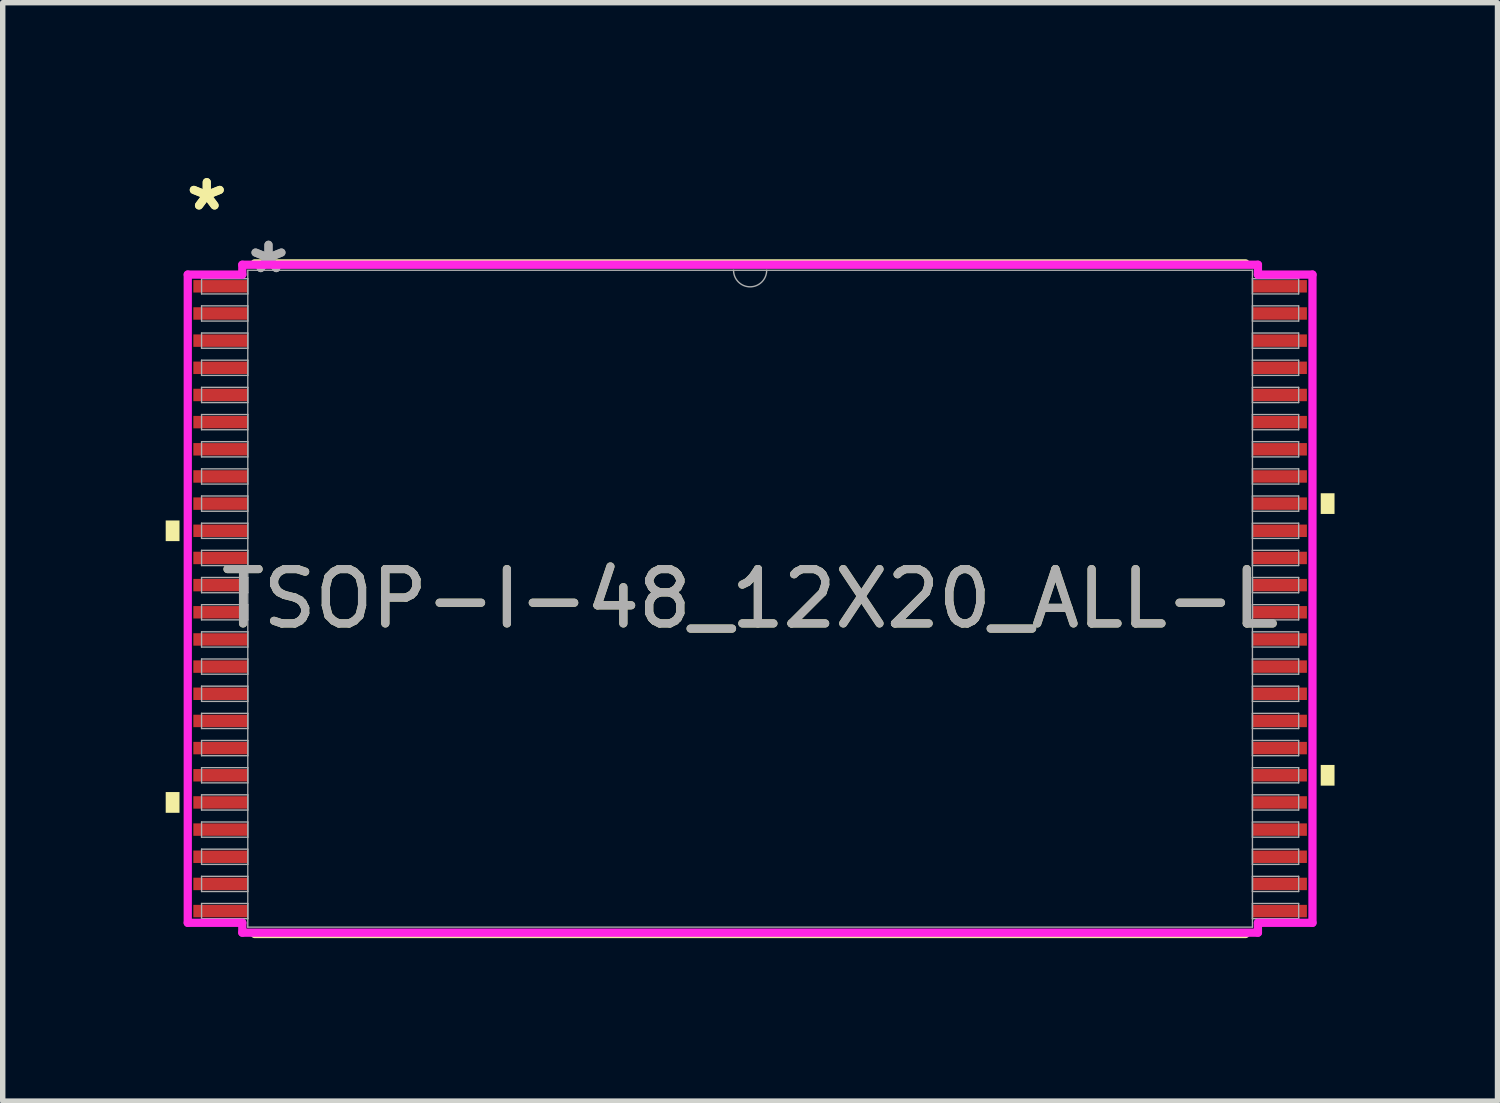
<source format=kicad_pcb>
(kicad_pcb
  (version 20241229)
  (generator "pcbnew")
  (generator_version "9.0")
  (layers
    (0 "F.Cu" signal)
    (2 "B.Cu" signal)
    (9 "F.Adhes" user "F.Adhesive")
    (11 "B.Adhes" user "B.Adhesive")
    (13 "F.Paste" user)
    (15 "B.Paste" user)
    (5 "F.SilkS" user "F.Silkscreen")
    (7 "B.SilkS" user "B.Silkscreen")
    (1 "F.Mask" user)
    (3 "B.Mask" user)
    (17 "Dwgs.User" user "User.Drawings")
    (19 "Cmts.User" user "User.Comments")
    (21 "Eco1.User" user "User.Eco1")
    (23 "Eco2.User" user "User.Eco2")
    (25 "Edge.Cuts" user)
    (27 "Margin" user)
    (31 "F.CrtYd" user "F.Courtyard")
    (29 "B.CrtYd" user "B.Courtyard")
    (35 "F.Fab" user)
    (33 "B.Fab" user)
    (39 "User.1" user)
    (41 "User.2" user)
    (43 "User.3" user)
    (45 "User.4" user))
  (footprint "TSOP-I-48_12X20_ALL-L"
    (layer "F.Cu")
    (at 10.757 7.97)
    (property "Reference" "TSOP-I-48_12X20_ALL-L" (at 0 0 0) (unlocked yes) (layer "F.SilkS") (effects (font (size 1 1) (thickness 0.15))))
    (attr smd)
    (fp_line (start -9.119 6.172) (end 9.119 6.172) (stroke (width 0.152) (type solid)) (layer "F.SilkS"))
    (fp_line (start 9.119 -6.172) (end -9.119 -6.172) (stroke (width 0.152) (type solid)) (layer "F.SilkS"))
    (fp_poly (pts (xy -10.757 -1.44) (xy -10.757 -1.06) (xy -10.503 -1.06) (xy -10.503 -1.44)) (stroke (width 0) (type solid)) (fill yes) (layer "F.SilkS"))
    (fp_poly (pts (xy -10.757 3.559) (xy -10.757 3.941) (xy -10.503 3.941) (xy -10.503 3.559)) (stroke (width 0) (type solid)) (fill yes) (layer "F.SilkS"))
    (fp_poly (pts (xy 10.757 -1.941) (xy 10.757 -1.56) (xy 10.503 -1.56) (xy 10.503 -1.941)) (stroke (width 0) (type solid)) (fill yes) (layer "F.SilkS"))
    (fp_poly (pts (xy 10.757 3.06) (xy 10.757 3.441) (xy 10.503 3.441) (xy 10.503 3.06)) (stroke (width 0) (type solid)) (fill yes) (layer "F.SilkS"))
    (fp_line (start -10.351 -5.966) (end -9.347 -5.966) (stroke (width 0.152) (type solid)) (layer "F.CrtYd"))
    (fp_line (start -10.351 5.966) (end -10.351 -5.966) (stroke (width 0.152) (type solid)) (layer "F.CrtYd"))
    (fp_line (start -10.351 5.966) (end -9.347 5.966) (stroke (width 0.152) (type solid)) (layer "F.CrtYd"))
    (fp_line (start -9.347 -6.147) (end 9.347 -6.147) (stroke (width 0.152) (type solid)) (layer "F.CrtYd"))
    (fp_line (start -9.347 -5.966) (end -9.347 -6.147) (stroke (width 0.152) (type solid)) (layer "F.CrtYd"))
    (fp_line (start -9.347 6.147) (end -9.347 5.966) (stroke (width 0.152) (type solid)) (layer "F.CrtYd"))
    (fp_line (start 9.347 -6.147) (end 9.347 -5.966) (stroke (width 0.152) (type solid)) (layer "F.CrtYd"))
    (fp_line (start 9.347 5.966) (end 9.347 6.147) (stroke (width 0.152) (type solid)) (layer "F.CrtYd"))
    (fp_line (start 9.347 6.147) (end -9.347 6.147) (stroke (width 0.152) (type solid)) (layer "F.CrtYd"))
    (fp_line (start 10.351 -5.966) (end 9.347 -5.966) (stroke (width 0.152) (type solid)) (layer "F.CrtYd"))
    (fp_line (start 10.351 -5.966) (end 10.351 5.966) (stroke (width 0.152) (type solid)) (layer "F.CrtYd"))
    (fp_line (start 10.351 5.966) (end 9.347 5.966) (stroke (width 0.152) (type solid)) (layer "F.CrtYd"))
    (fp_line (start -10.097 -5.89) (end -10.097 -5.61) (stroke (width 0.025) (type solid)) (layer "F.Fab"))
    (fp_line (start -10.097 -5.61) (end -9.246 -5.61) (stroke (width 0.025) (type solid)) (layer "F.Fab"))
    (fp_line (start -10.097 -5.39) (end -10.097 -5.11) (stroke (width 0.025) (type solid)) (layer "F.Fab"))
    (fp_line (start -10.097 -5.11) (end -9.246 -5.11) (stroke (width 0.025) (type solid)) (layer "F.Fab"))
    (fp_line (start -10.097 -4.89) (end -10.097 -4.61) (stroke (width 0.025) (type solid)) (layer "F.Fab"))
    (fp_line (start -10.097 -4.61) (end -9.246 -4.61) (stroke (width 0.025) (type solid)) (layer "F.Fab"))
    (fp_line (start -10.097 -4.39) (end -10.097 -4.11) (stroke (width 0.025) (type solid)) (layer "F.Fab"))
    (fp_line (start -10.097 -4.11) (end -9.246 -4.11) (stroke (width 0.025) (type solid)) (layer "F.Fab"))
    (fp_line (start -10.097 -3.89) (end -10.097 -3.61) (stroke (width 0.025) (type solid)) (layer "F.Fab"))
    (fp_line (start -10.097 -3.61) (end -9.246 -3.61) (stroke (width 0.025) (type solid)) (layer "F.Fab"))
    (fp_line (start -10.097 -3.39) (end -10.097 -3.11) (stroke (width 0.025) (type solid)) (layer "F.Fab"))
    (fp_line (start -10.097 -3.11) (end -9.246 -3.11) (stroke (width 0.025) (type solid)) (layer "F.Fab"))
    (fp_line (start -10.097 -2.89) (end -10.097 -2.61) (stroke (width 0.025) (type solid)) (layer "F.Fab"))
    (fp_line (start -10.097 -2.61) (end -9.246 -2.61) (stroke (width 0.025) (type solid)) (layer "F.Fab"))
    (fp_line (start -10.097 -2.39) (end -10.097 -2.11) (stroke (width 0.025) (type solid)) (layer "F.Fab"))
    (fp_line (start -10.097 -2.11) (end -9.246 -2.11) (stroke (width 0.025) (type solid)) (layer "F.Fab"))
    (fp_line (start -10.097 -1.89) (end -10.097 -1.61) (stroke (width 0.025) (type solid)) (layer "F.Fab"))
    (fp_line (start -10.097 -1.61) (end -9.246 -1.61) (stroke (width 0.025) (type solid)) (layer "F.Fab"))
    (fp_line (start -10.097 -1.39) (end -10.097 -1.11) (stroke (width 0.025) (type solid)) (layer "F.Fab"))
    (fp_line (start -10.097 -1.11) (end -9.246 -1.11) (stroke (width 0.025) (type solid)) (layer "F.Fab"))
    (fp_line (start -10.097 -0.89) (end -10.097 -0.61) (stroke (width 0.025) (type solid)) (layer "F.Fab"))
    (fp_line (start -10.097 -0.61) (end -9.246 -0.61) (stroke (width 0.025) (type solid)) (layer "F.Fab"))
    (fp_line (start -10.097 -0.39) (end -10.097 -0.11) (stroke (width 0.025) (type solid)) (layer "F.Fab"))
    (fp_line (start -10.097 -0.11) (end -9.246 -0.11) (stroke (width 0.025) (type solid)) (layer "F.Fab"))
    (fp_line (start -10.097 0.11) (end -10.097 0.39) (stroke (width 0.025) (type solid)) (layer "F.Fab"))
    (fp_line (start -10.097 0.39) (end -9.246 0.39) (stroke (width 0.025) (type solid)) (layer "F.Fab"))
    (fp_line (start -10.097 0.61) (end -10.097 0.89) (stroke (width 0.025) (type solid)) (layer "F.Fab"))
    (fp_line (start -10.097 0.89) (end -9.246 0.89) (stroke (width 0.025) (type solid)) (layer "F.Fab"))
    (fp_line (start -10.097 1.11) (end -10.097 1.39) (stroke (width 0.025) (type solid)) (layer "F.Fab"))
    (fp_line (start -10.097 1.39) (end -9.246 1.39) (stroke (width 0.025) (type solid)) (layer "F.Fab"))
    (fp_line (start -10.097 1.61) (end -10.097 1.89) (stroke (width 0.025) (type solid)) (layer "F.Fab"))
    (fp_line (start -10.097 1.89) (end -9.246 1.89) (stroke (width 0.025) (type solid)) (layer "F.Fab"))
    (fp_line (start -10.097 2.11) (end -10.097 2.39) (stroke (width 0.025) (type solid)) (layer "F.Fab"))
    (fp_line (start -10.097 2.39) (end -9.246 2.39) (stroke (width 0.025) (type solid)) (layer "F.Fab"))
    (fp_line (start -10.097 2.61) (end -10.097 2.89) (stroke (width 0.025) (type solid)) (layer "F.Fab"))
    (fp_line (start -10.097 2.89) (end -9.246 2.89) (stroke (width 0.025) (type solid)) (layer "F.Fab"))
    (fp_line (start -10.097 3.11) (end -10.097 3.39) (stroke (width 0.025) (type solid)) (layer "F.Fab"))
    (fp_line (start -10.097 3.39) (end -9.246 3.39) (stroke (width 0.025) (type solid)) (layer "F.Fab"))
    (fp_line (start -10.097 3.61) (end -10.097 3.89) (stroke (width 0.025) (type solid)) (layer "F.Fab"))
    (fp_line (start -10.097 3.89) (end -9.246 3.89) (stroke (width 0.025) (type solid)) (layer "F.Fab"))
    (fp_line (start -10.097 4.11) (end -10.097 4.39) (stroke (width 0.025) (type solid)) (layer "F.Fab"))
    (fp_line (start -10.097 4.39) (end -9.246 4.39) (stroke (width 0.025) (type solid)) (layer "F.Fab"))
    (fp_line (start -10.097 4.61) (end -10.097 4.89) (stroke (width 0.025) (type solid)) (layer "F.Fab"))
    (fp_line (start -10.097 4.89) (end -9.246 4.89) (stroke (width 0.025) (type solid)) (layer "F.Fab"))
    (fp_line (start -10.097 5.11) (end -10.097 5.39) (stroke (width 0.025) (type solid)) (layer "F.Fab"))
    (fp_line (start -10.097 5.39) (end -9.246 5.39) (stroke (width 0.025) (type solid)) (layer "F.Fab"))
    (fp_line (start -10.097 5.61) (end -10.097 5.89) (stroke (width 0.025) (type solid)) (layer "F.Fab"))
    (fp_line (start -10.097 5.89) (end -9.246 5.89) (stroke (width 0.025) (type solid)) (layer "F.Fab"))
    (fp_line (start -9.246 -6.045) (end -9.246 6.045) (stroke (width 0.025) (type solid)) (layer "F.Fab"))
    (fp_line (start -9.246 -5.89) (end -10.097 -5.89) (stroke (width 0.025) (type solid)) (layer "F.Fab"))
    (fp_line (start -9.246 -5.61) (end -9.246 -5.89) (stroke (width 0.025) (type solid)) (layer "F.Fab"))
    (fp_line (start -9.246 -5.39) (end -10.097 -5.39) (stroke (width 0.025) (type solid)) (layer "F.Fab"))
    (fp_line (start -9.246 -5.11) (end -9.246 -5.39) (stroke (width 0.025) (type solid)) (layer "F.Fab"))
    (fp_line (start -9.246 -4.89) (end -10.097 -4.89) (stroke (width 0.025) (type solid)) (layer "F.Fab"))
    (fp_line (start -9.246 -4.61) (end -9.246 -4.89) (stroke (width 0.025) (type solid)) (layer "F.Fab"))
    (fp_line (start -9.246 -4.39) (end -10.097 -4.39) (stroke (width 0.025) (type solid)) (layer "F.Fab"))
    (fp_line (start -9.246 -4.11) (end -9.246 -4.39) (stroke (width 0.025) (type solid)) (layer "F.Fab"))
    (fp_line (start -9.246 -3.89) (end -10.097 -3.89) (stroke (width 0.025) (type solid)) (layer "F.Fab"))
    (fp_line (start -9.246 -3.61) (end -9.246 -3.89) (stroke (width 0.025) (type solid)) (layer "F.Fab"))
    (fp_line (start -9.246 -3.39) (end -10.097 -3.39) (stroke (width 0.025) (type solid)) (layer "F.Fab"))
    (fp_line (start -9.246 -3.11) (end -9.246 -3.39) (stroke (width 0.025) (type solid)) (layer "F.Fab"))
    (fp_line (start -9.246 -2.89) (end -10.097 -2.89) (stroke (width 0.025) (type solid)) (layer "F.Fab"))
    (fp_line (start -9.246 -2.61) (end -9.246 -2.89) (stroke (width 0.025) (type solid)) (layer "F.Fab"))
    (fp_line (start -9.246 -2.39) (end -10.097 -2.39) (stroke (width 0.025) (type solid)) (layer "F.Fab"))
    (fp_line (start -9.246 -2.11) (end -9.246 -2.39) (stroke (width 0.025) (type solid)) (layer "F.Fab"))
    (fp_line (start -9.246 -1.89) (end -10.097 -1.89) (stroke (width 0.025) (type solid)) (layer "F.Fab"))
    (fp_line (start -9.246 -1.61) (end -9.246 -1.89) (stroke (width 0.025) (type solid)) (layer "F.Fab"))
    (fp_line (start -9.246 -1.39) (end -10.097 -1.39) (stroke (width 0.025) (type solid)) (layer "F.Fab"))
    (fp_line (start -9.246 -1.11) (end -9.246 -1.39) (stroke (width 0.025) (type solid)) (layer "F.Fab"))
    (fp_line (start -9.246 -0.89) (end -10.097 -0.89) (stroke (width 0.025) (type solid)) (layer "F.Fab"))
    (fp_line (start -9.246 -0.61) (end -9.246 -0.89) (stroke (width 0.025) (type solid)) (layer "F.Fab"))
    (fp_line (start -9.246 -0.39) (end -10.097 -0.39) (stroke (width 0.025) (type solid)) (layer "F.Fab"))
    (fp_line (start -9.246 -0.11) (end -9.246 -0.39) (stroke (width 0.025) (type solid)) (layer "F.Fab"))
    (fp_line (start -9.246 0.11) (end -10.097 0.11) (stroke (width 0.025) (type solid)) (layer "F.Fab"))
    (fp_line (start -9.246 0.39) (end -9.246 0.11) (stroke (width 0.025) (type solid)) (layer "F.Fab"))
    (fp_line (start -9.246 0.61) (end -10.097 0.61) (stroke (width 0.025) (type solid)) (layer "F.Fab"))
    (fp_line (start -9.246 0.89) (end -9.246 0.61) (stroke (width 0.025) (type solid)) (layer "F.Fab"))
    (fp_line (start -9.246 1.11) (end -10.097 1.11) (stroke (width 0.025) (type solid)) (layer "F.Fab"))
    (fp_line (start -9.246 1.39) (end -9.246 1.11) (stroke (width 0.025) (type solid)) (layer "F.Fab"))
    (fp_line (start -9.246 1.61) (end -10.097 1.61) (stroke (width 0.025) (type solid)) (layer "F.Fab"))
    (fp_line (start -9.246 1.89) (end -9.246 1.61) (stroke (width 0.025) (type solid)) (layer "F.Fab"))
    (fp_line (start -9.246 2.11) (end -10.097 2.11) (stroke (width 0.025) (type solid)) (layer "F.Fab"))
    (fp_line (start -9.246 2.39) (end -9.246 2.11) (stroke (width 0.025) (type solid)) (layer "F.Fab"))
    (fp_line (start -9.246 2.61) (end -10.097 2.61) (stroke (width 0.025) (type solid)) (layer "F.Fab"))
    (fp_line (start -9.246 2.89) (end -9.246 2.61) (stroke (width 0.025) (type solid)) (layer "F.Fab"))
    (fp_line (start -9.246 3.11) (end -10.097 3.11) (stroke (width 0.025) (type solid)) (layer "F.Fab"))
    (fp_line (start -9.246 3.39) (end -9.246 3.11) (stroke (width 0.025) (type solid)) (layer "F.Fab"))
    (fp_line (start -9.246 3.61) (end -10.097 3.61) (stroke (width 0.025) (type solid)) (layer "F.Fab"))
    (fp_line (start -9.246 3.89) (end -9.246 3.61) (stroke (width 0.025) (type solid)) (layer "F.Fab"))
    (fp_line (start -9.246 4.11) (end -10.097 4.11) (stroke (width 0.025) (type solid)) (layer "F.Fab"))
    (fp_line (start -9.246 4.39) (end -9.246 4.11) (stroke (width 0.025) (type solid)) (layer "F.Fab"))
    (fp_line (start -9.246 4.61) (end -10.097 4.61) (stroke (width 0.025) (type solid)) (layer "F.Fab"))
    (fp_line (start -9.246 4.89) (end -9.246 4.61) (stroke (width 0.025) (type solid)) (layer "F.Fab"))
    (fp_line (start -9.246 5.11) (end -10.097 5.11) (stroke (width 0.025) (type solid)) (layer "F.Fab"))
    (fp_line (start -9.246 5.39) (end -9.246 5.11) (stroke (width 0.025) (type solid)) (layer "F.Fab"))
    (fp_line (start -9.246 5.61) (end -10.097 5.61) (stroke (width 0.025) (type solid)) (layer "F.Fab"))
    (fp_line (start -9.246 5.89) (end -9.246 5.61) (stroke (width 0.025) (type solid)) (layer "F.Fab"))
    (fp_line (start -9.246 6.045) (end 9.246 6.045) (stroke (width 0.025) (type solid)) (layer "F.Fab"))
    (fp_line (start 9.246 -6.045) (end -9.246 -6.045) (stroke (width 0.025) (type solid)) (layer "F.Fab"))
    (fp_line (start 9.246 -5.89) (end 9.246 -5.61) (stroke (width 0.025) (type solid)) (layer "F.Fab"))
    (fp_line (start 9.246 -5.61) (end 10.097 -5.61) (stroke (width 0.025) (type solid)) (layer "F.Fab"))
    (fp_line (start 9.246 -5.39) (end 9.246 -5.11) (stroke (width 0.025) (type solid)) (layer "F.Fab"))
    (fp_line (start 9.246 -5.11) (end 10.097 -5.11) (stroke (width 0.025) (type solid)) (layer "F.Fab"))
    (fp_line (start 9.246 -4.89) (end 9.246 -4.61) (stroke (width 0.025) (type solid)) (layer "F.Fab"))
    (fp_line (start 9.246 -4.61) (end 10.097 -4.61) (stroke (width 0.025) (type solid)) (layer "F.Fab"))
    (fp_line (start 9.246 -4.39) (end 9.246 -4.11) (stroke (width 0.025) (type solid)) (layer "F.Fab"))
    (fp_line (start 9.246 -4.11) (end 10.097 -4.11) (stroke (width 0.025) (type solid)) (layer "F.Fab"))
    (fp_line (start 9.246 -3.89) (end 9.246 -3.61) (stroke (width 0.025) (type solid)) (layer "F.Fab"))
    (fp_line (start 9.246 -3.61) (end 10.097 -3.61) (stroke (width 0.025) (type solid)) (layer "F.Fab"))
    (fp_line (start 9.246 -3.39) (end 9.246 -3.11) (stroke (width 0.025) (type solid)) (layer "F.Fab"))
    (fp_line (start 9.246 -3.11) (end 10.097 -3.11) (stroke (width 0.025) (type solid)) (layer "F.Fab"))
    (fp_line (start 9.246 -2.89) (end 9.246 -2.61) (stroke (width 0.025) (type solid)) (layer "F.Fab"))
    (fp_line (start 9.246 -2.61) (end 10.097 -2.61) (stroke (width 0.025) (type solid)) (layer "F.Fab"))
    (fp_line (start 9.246 -2.39) (end 9.246 -2.11) (stroke (width 0.025) (type solid)) (layer "F.Fab"))
    (fp_line (start 9.246 -2.11) (end 10.097 -2.11) (stroke (width 0.025) (type solid)) (layer "F.Fab"))
    (fp_line (start 9.246 -1.89) (end 9.246 -1.61) (stroke (width 0.025) (type solid)) (layer "F.Fab"))
    (fp_line (start 9.246 -1.61) (end 10.097 -1.61) (stroke (width 0.025) (type solid)) (layer "F.Fab"))
    (fp_line (start 9.246 -1.39) (end 9.246 -1.11) (stroke (width 0.025) (type solid)) (layer "F.Fab"))
    (fp_line (start 9.246 -1.11) (end 10.097 -1.11) (stroke (width 0.025) (type solid)) (layer "F.Fab"))
    (fp_line (start 9.246 -0.89) (end 9.246 -0.61) (stroke (width 0.025) (type solid)) (layer "F.Fab"))
    (fp_line (start 9.246 -0.61) (end 10.097 -0.61) (stroke (width 0.025) (type solid)) (layer "F.Fab"))
    (fp_line (start 9.246 -0.39) (end 9.246 -0.11) (stroke (width 0.025) (type solid)) (layer "F.Fab"))
    (fp_line (start 9.246 -0.11) (end 10.097 -0.11) (stroke (width 0.025) (type solid)) (layer "F.Fab"))
    (fp_line (start 9.246 0.11) (end 9.246 0.39) (stroke (width 0.025) (type solid)) (layer "F.Fab"))
    (fp_line (start 9.246 0.39) (end 10.097 0.39) (stroke (width 0.025) (type solid)) (layer "F.Fab"))
    (fp_line (start 9.246 0.61) (end 9.246 0.89) (stroke (width 0.025) (type solid)) (layer "F.Fab"))
    (fp_line (start 9.246 0.89) (end 10.097 0.89) (stroke (width 0.025) (type solid)) (layer "F.Fab"))
    (fp_line (start 9.246 1.11) (end 9.246 1.39) (stroke (width 0.025) (type solid)) (layer "F.Fab"))
    (fp_line (start 9.246 1.39) (end 10.097 1.39) (stroke (width 0.025) (type solid)) (layer "F.Fab"))
    (fp_line (start 9.246 1.61) (end 9.246 1.89) (stroke (width 0.025) (type solid)) (layer "F.Fab"))
    (fp_line (start 9.246 1.89) (end 10.097 1.89) (stroke (width 0.025) (type solid)) (layer "F.Fab"))
    (fp_line (start 9.246 2.11) (end 9.246 2.39) (stroke (width 0.025) (type solid)) (layer "F.Fab"))
    (fp_line (start 9.246 2.39) (end 10.097 2.39) (stroke (width 0.025) (type solid)) (layer "F.Fab"))
    (fp_line (start 9.246 2.61) (end 9.246 2.89) (stroke (width 0.025) (type solid)) (layer "F.Fab"))
    (fp_line (start 9.246 2.89) (end 10.097 2.89) (stroke (width 0.025) (type solid)) (layer "F.Fab"))
    (fp_line (start 9.246 3.11) (end 9.246 3.39) (stroke (width 0.025) (type solid)) (layer "F.Fab"))
    (fp_line (start 9.246 3.39) (end 10.097 3.39) (stroke (width 0.025) (type solid)) (layer "F.Fab"))
    (fp_line (start 9.246 3.61) (end 9.246 3.89) (stroke (width 0.025) (type solid)) (layer "F.Fab"))
    (fp_line (start 9.246 3.89) (end 10.097 3.89) (stroke (width 0.025) (type solid)) (layer "F.Fab"))
    (fp_line (start 9.246 4.11) (end 9.246 4.39) (stroke (width 0.025) (type solid)) (layer "F.Fab"))
    (fp_line (start 9.246 4.39) (end 10.097 4.39) (stroke (width 0.025) (type solid)) (layer "F.Fab"))
    (fp_line (start 9.246 4.61) (end 9.246 4.89) (stroke (width 0.025) (type solid)) (layer "F.Fab"))
    (fp_line (start 9.246 4.89) (end 10.097 4.89) (stroke (width 0.025) (type solid)) (layer "F.Fab"))
    (fp_line (start 9.246 5.11) (end 9.246 5.39) (stroke (width 0.025) (type solid)) (layer "F.Fab"))
    (fp_line (start 9.246 5.39) (end 10.097 5.39) (stroke (width 0.025) (type solid)) (layer "F.Fab"))
    (fp_line (start 9.246 5.61) (end 9.246 5.89) (stroke (width 0.025) (type solid)) (layer "F.Fab"))
    (fp_line (start 9.246 5.89) (end 10.097 5.89) (stroke (width 0.025) (type solid)) (layer "F.Fab"))
    (fp_line (start 9.246 6.045) (end 9.246 -6.045) (stroke (width 0.025) (type solid)) (layer "F.Fab"))
    (fp_line (start 10.097 -5.89) (end 9.246 -5.89) (stroke (width 0.025) (type solid)) (layer "F.Fab"))
    (fp_line (start 10.097 -5.61) (end 10.097 -5.89) (stroke (width 0.025) (type solid)) (layer "F.Fab"))
    (fp_line (start 10.097 -5.39) (end 9.246 -5.39) (stroke (width 0.025) (type solid)) (layer "F.Fab"))
    (fp_line (start 10.097 -5.11) (end 10.097 -5.39) (stroke (width 0.025) (type solid)) (layer "F.Fab"))
    (fp_line (start 10.097 -4.89) (end 9.246 -4.89) (stroke (width 0.025) (type solid)) (layer "F.Fab"))
    (fp_line (start 10.097 -4.61) (end 10.097 -4.89) (stroke (width 0.025) (type solid)) (layer "F.Fab"))
    (fp_line (start 10.097 -4.39) (end 9.246 -4.39) (stroke (width 0.025) (type solid)) (layer "F.Fab"))
    (fp_line (start 10.097 -4.11) (end 10.097 -4.39) (stroke (width 0.025) (type solid)) (layer "F.Fab"))
    (fp_line (start 10.097 -3.89) (end 9.246 -3.89) (stroke (width 0.025) (type solid)) (layer "F.Fab"))
    (fp_line (start 10.097 -3.61) (end 10.097 -3.89) (stroke (width 0.025) (type solid)) (layer "F.Fab"))
    (fp_line (start 10.097 -3.39) (end 9.246 -3.39) (stroke (width 0.025) (type solid)) (layer "F.Fab"))
    (fp_line (start 10.097 -3.11) (end 10.097 -3.39) (stroke (width 0.025) (type solid)) (layer "F.Fab"))
    (fp_line (start 10.097 -2.89) (end 9.246 -2.89) (stroke (width 0.025) (type solid)) (layer "F.Fab"))
    (fp_line (start 10.097 -2.61) (end 10.097 -2.89) (stroke (width 0.025) (type solid)) (layer "F.Fab"))
    (fp_line (start 10.097 -2.39) (end 9.246 -2.39) (stroke (width 0.025) (type solid)) (layer "F.Fab"))
    (fp_line (start 10.097 -2.11) (end 10.097 -2.39) (stroke (width 0.025) (type solid)) (layer "F.Fab"))
    (fp_line (start 10.097 -1.89) (end 9.246 -1.89) (stroke (width 0.025) (type solid)) (layer "F.Fab"))
    (fp_line (start 10.097 -1.61) (end 10.097 -1.89) (stroke (width 0.025) (type solid)) (layer "F.Fab"))
    (fp_line (start 10.097 -1.39) (end 9.246 -1.39) (stroke (width 0.025) (type solid)) (layer "F.Fab"))
    (fp_line (start 10.097 -1.11) (end 10.097 -1.39) (stroke (width 0.025) (type solid)) (layer "F.Fab"))
    (fp_line (start 10.097 -0.89) (end 9.246 -0.89) (stroke (width 0.025) (type solid)) (layer "F.Fab"))
    (fp_line (start 10.097 -0.61) (end 10.097 -0.89) (stroke (width 0.025) (type solid)) (layer "F.Fab"))
    (fp_line (start 10.097 -0.39) (end 9.246 -0.39) (stroke (width 0.025) (type solid)) (layer "F.Fab"))
    (fp_line (start 10.097 -0.11) (end 10.097 -0.39) (stroke (width 0.025) (type solid)) (layer "F.Fab"))
    (fp_line (start 10.097 0.11) (end 9.246 0.11) (stroke (width 0.025) (type solid)) (layer "F.Fab"))
    (fp_line (start 10.097 0.39) (end 10.097 0.11) (stroke (width 0.025) (type solid)) (layer "F.Fab"))
    (fp_line (start 10.097 0.61) (end 9.246 0.61) (stroke (width 0.025) (type solid)) (layer "F.Fab"))
    (fp_line (start 10.097 0.89) (end 10.097 0.61) (stroke (width 0.025) (type solid)) (layer "F.Fab"))
    (fp_line (start 10.097 1.11) (end 9.246 1.11) (stroke (width 0.025) (type solid)) (layer "F.Fab"))
    (fp_line (start 10.097 1.39) (end 10.097 1.11) (stroke (width 0.025) (type solid)) (layer "F.Fab"))
    (fp_line (start 10.097 1.61) (end 9.246 1.61) (stroke (width 0.025) (type solid)) (layer "F.Fab"))
    (fp_line (start 10.097 1.89) (end 10.097 1.61) (stroke (width 0.025) (type solid)) (layer "F.Fab"))
    (fp_line (start 10.097 2.11) (end 9.246 2.11) (stroke (width 0.025) (type solid)) (layer "F.Fab"))
    (fp_line (start 10.097 2.39) (end 10.097 2.11) (stroke (width 0.025) (type solid)) (layer "F.Fab"))
    (fp_line (start 10.097 2.61) (end 9.246 2.61) (stroke (width 0.025) (type solid)) (layer "F.Fab"))
    (fp_line (start 10.097 2.89) (end 10.097 2.61) (stroke (width 0.025) (type solid)) (layer "F.Fab"))
    (fp_line (start 10.097 3.11) (end 9.246 3.11) (stroke (width 0.025) (type solid)) (layer "F.Fab"))
    (fp_line (start 10.097 3.39) (end 10.097 3.11) (stroke (width 0.025) (type solid)) (layer "F.Fab"))
    (fp_line (start 10.097 3.61) (end 9.246 3.61) (stroke (width 0.025) (type solid)) (layer "F.Fab"))
    (fp_line (start 10.097 3.89) (end 10.097 3.61) (stroke (width 0.025) (type solid)) (layer "F.Fab"))
    (fp_line (start 10.097 4.11) (end 9.246 4.11) (stroke (width 0.025) (type solid)) (layer "F.Fab"))
    (fp_line (start 10.097 4.39) (end 10.097 4.11) (stroke (width 0.025) (type solid)) (layer "F.Fab"))
    (fp_line (start 10.097 4.61) (end 9.246 4.61) (stroke (width 0.025) (type solid)) (layer "F.Fab"))
    (fp_line (start 10.097 4.89) (end 10.097 4.61) (stroke (width 0.025) (type solid)) (layer "F.Fab"))
    (fp_line (start 10.097 5.11) (end 9.246 5.11) (stroke (width 0.025) (type solid)) (layer "F.Fab"))
    (fp_line (start 10.097 5.39) (end 10.097 5.11) (stroke (width 0.025) (type solid)) (layer "F.Fab"))
    (fp_line (start 10.097 5.61) (end 9.246 5.61) (stroke (width 0.025) (type solid)) (layer "F.Fab"))
    (fp_line (start 10.097 5.89) (end 10.097 5.61) (stroke (width 0.025) (type solid)) (layer "F.Fab"))
    (fp_arc (start 0.3048 -6.0452) (mid 0 -5.7404) (end -0.3048 -6.0452) (stroke (width 0.0254) (type solid)) (layer "F.Fab"))
    (fp_text user "*" (at -10.001 -7.122 0) (unlocked yes) (layer "F.SilkS") (effects (font (size 1 1) (thickness 0.15))))
    (fp_text user "*" (at -10.001 -7.122 0) (layer "F.SilkS") (effects (font (size 1 1) (thickness 0.15))))
    (fp_text user "${REFERENCE}" (at 0 0 0) (unlocked yes) (layer "F.Fab") (effects (font (size 1 1) (thickness 0.15))))
    (fp_text user "*" (at -8.865 -5.969 0) (unlocked yes) (layer "F.Fab") (effects (font (size 1 1) (thickness 0.15))))
    (fp_text user "*" (at -8.865 -5.969 0) (layer "F.Fab") (effects (font (size 1 1) (thickness 0.15))))
    (pad "1" smd rect (at -9.747 -5.75) (size 1.003 0.229) (layers "F.Cu" "F.Mask" "F.Paste"))
    (pad "2" smd rect (at -9.747 -5.25) (size 1.003 0.229) (layers "F.Cu" "F.Mask" "F.Paste"))
    (pad "3" smd rect (at -9.747 -4.75) (size 1.003 0.229) (layers "F.Cu" "F.Mask" "F.Paste"))
    (pad "4" smd rect (at -9.747 -4.25) (size 1.003 0.229) (layers "F.Cu" "F.Mask" "F.Paste"))
    (pad "5" smd rect (at -9.747 -3.75) (size 1.003 0.229) (layers "F.Cu" "F.Mask" "F.Paste"))
    (pad "6" smd rect (at -9.747 -3.25) (size 1.003 0.229) (layers "F.Cu" "F.Mask" "F.Paste"))
    (pad "7" smd rect (at -9.747 -2.75) (size 1.003 0.229) (layers "F.Cu" "F.Mask" "F.Paste"))
    (pad "8" smd rect (at -9.747 -2.25) (size 1.003 0.229) (layers "F.Cu" "F.Mask" "F.Paste"))
    (pad "9" smd rect (at -9.747 -1.75) (size 1.003 0.229) (layers "F.Cu" "F.Mask" "F.Paste"))
    (pad "10" smd rect (at -9.747 -1.25) (size 1.003 0.229) (layers "F.Cu" "F.Mask" "F.Paste"))
    (pad "11" smd rect (at -9.747 -0.75) (size 1.003 0.229) (layers "F.Cu" "F.Mask" "F.Paste"))
    (pad "12" smd rect (at -9.747 -0.25) (size 1.003 0.229) (layers "F.Cu" "F.Mask" "F.Paste"))
    (pad "13" smd rect (at -9.747 0.25) (size 1.003 0.229) (layers "F.Cu" "F.Mask" "F.Paste"))
    (pad "14" smd rect (at -9.747 0.75) (size 1.003 0.229) (layers "F.Cu" "F.Mask" "F.Paste"))
    (pad "15" smd rect (at -9.747 1.25) (size 1.003 0.229) (layers "F.Cu" "F.Mask" "F.Paste"))
    (pad "16" smd rect (at -9.747 1.75) (size 1.003 0.229) (layers "F.Cu" "F.Mask" "F.Paste"))
    (pad "17" smd rect (at -9.747 2.25) (size 1.003 0.229) (layers "F.Cu" "F.Mask" "F.Paste"))
    (pad "18" smd rect (at -9.747 2.75) (size 1.003 0.229) (layers "F.Cu" "F.Mask" "F.Paste"))
    (pad "19" smd rect (at -9.747 3.25) (size 1.003 0.229) (layers "F.Cu" "F.Mask" "F.Paste"))
    (pad "20" smd rect (at -9.747 3.75) (size 1.003 0.229) (layers "F.Cu" "F.Mask" "F.Paste"))
    (pad "21" smd rect (at -9.747 4.25) (size 1.003 0.229) (layers "F.Cu" "F.Mask" "F.Paste"))
    (pad "22" smd rect (at -9.747 4.75) (size 1.003 0.229) (layers "F.Cu" "F.Mask" "F.Paste"))
    (pad "23" smd rect (at -9.747 5.25) (size 1.003 0.229) (layers "F.Cu" "F.Mask" "F.Paste"))
    (pad "24" smd rect (at -9.747 5.75) (size 1.003 0.229) (layers "F.Cu" "F.Mask" "F.Paste"))
    (pad "25" smd rect (at 9.747 5.75) (size 1.003 0.229) (layers "F.Cu" "F.Mask" "F.Paste"))
    (pad "26" smd rect (at 9.747 5.25) (size 1.003 0.229) (layers "F.Cu" "F.Mask" "F.Paste"))
    (pad "27" smd rect (at 9.747 4.75) (size 1.003 0.229) (layers "F.Cu" "F.Mask" "F.Paste"))
    (pad "28" smd rect (at 9.747 4.25) (size 1.003 0.229) (layers "F.Cu" "F.Mask" "F.Paste"))
    (pad "29" smd rect (at 9.747 3.75) (size 1.003 0.229) (layers "F.Cu" "F.Mask" "F.Paste"))
    (pad "30" smd rect (at 9.747 3.25) (size 1.003 0.229) (layers "F.Cu" "F.Mask" "F.Paste"))
    (pad "31" smd rect (at 9.747 2.75) (size 1.003 0.229) (layers "F.Cu" "F.Mask" "F.Paste"))
    (pad "32" smd rect (at 9.747 2.25) (size 1.003 0.229) (layers "F.Cu" "F.Mask" "F.Paste"))
    (pad "33" smd rect (at 9.747 1.75) (size 1.003 0.229) (layers "F.Cu" "F.Mask" "F.Paste"))
    (pad "34" smd rect (at 9.747 1.25) (size 1.003 0.229) (layers "F.Cu" "F.Mask" "F.Paste"))
    (pad "35" smd rect (at 9.747 0.75) (size 1.003 0.229) (layers "F.Cu" "F.Mask" "F.Paste"))
    (pad "36" smd rect (at 9.747 0.25) (size 1.003 0.229) (layers "F.Cu" "F.Mask" "F.Paste"))
    (pad "37" smd rect (at 9.747 -0.25) (size 1.003 0.229) (layers "F.Cu" "F.Mask" "F.Paste"))
    (pad "38" smd rect (at 9.747 -0.75) (size 1.003 0.229) (layers "F.Cu" "F.Mask" "F.Paste"))
    (pad "39" smd rect (at 9.747 -1.25) (size 1.003 0.229) (layers "F.Cu" "F.Mask" "F.Paste"))
    (pad "40" smd rect (at 9.747 -1.75) (size 1.003 0.229) (layers "F.Cu" "F.Mask" "F.Paste"))
    (pad "41" smd rect (at 9.747 -2.25) (size 1.003 0.229) (layers "F.Cu" "F.Mask" "F.Paste"))
    (pad "42" smd rect (at 9.747 -2.75) (size 1.003 0.229) (layers "F.Cu" "F.Mask" "F.Paste"))
    (pad "43" smd rect (at 9.747 -3.25) (size 1.003 0.229) (layers "F.Cu" "F.Mask" "F.Paste"))
    (pad "44" smd rect (at 9.747 -3.75) (size 1.003 0.229) (layers "F.Cu" "F.Mask" "F.Paste"))
    (pad "45" smd rect (at 9.747 -4.25) (size 1.003 0.229) (layers "F.Cu" "F.Mask" "F.Paste"))
    (pad "46" smd rect (at 9.747 -4.75) (size 1.003 0.229) (layers "F.Cu" "F.Mask" "F.Paste"))
    (pad "47" smd rect (at 9.747 -5.25) (size 1.003 0.229) (layers "F.Cu" "F.Mask" "F.Paste"))
    (pad "48" smd rect (at 9.747 -5.75) (size 1.003 0.229) (layers "F.Cu" "F.Mask" "F.Paste")))
  (gr_rect
    (start -3 -3)
    (end 24.514 17.218)
    (stroke (width 0.1) (type default))
    (fill no)
    (layer "Edge.Cuts")))
</source>
